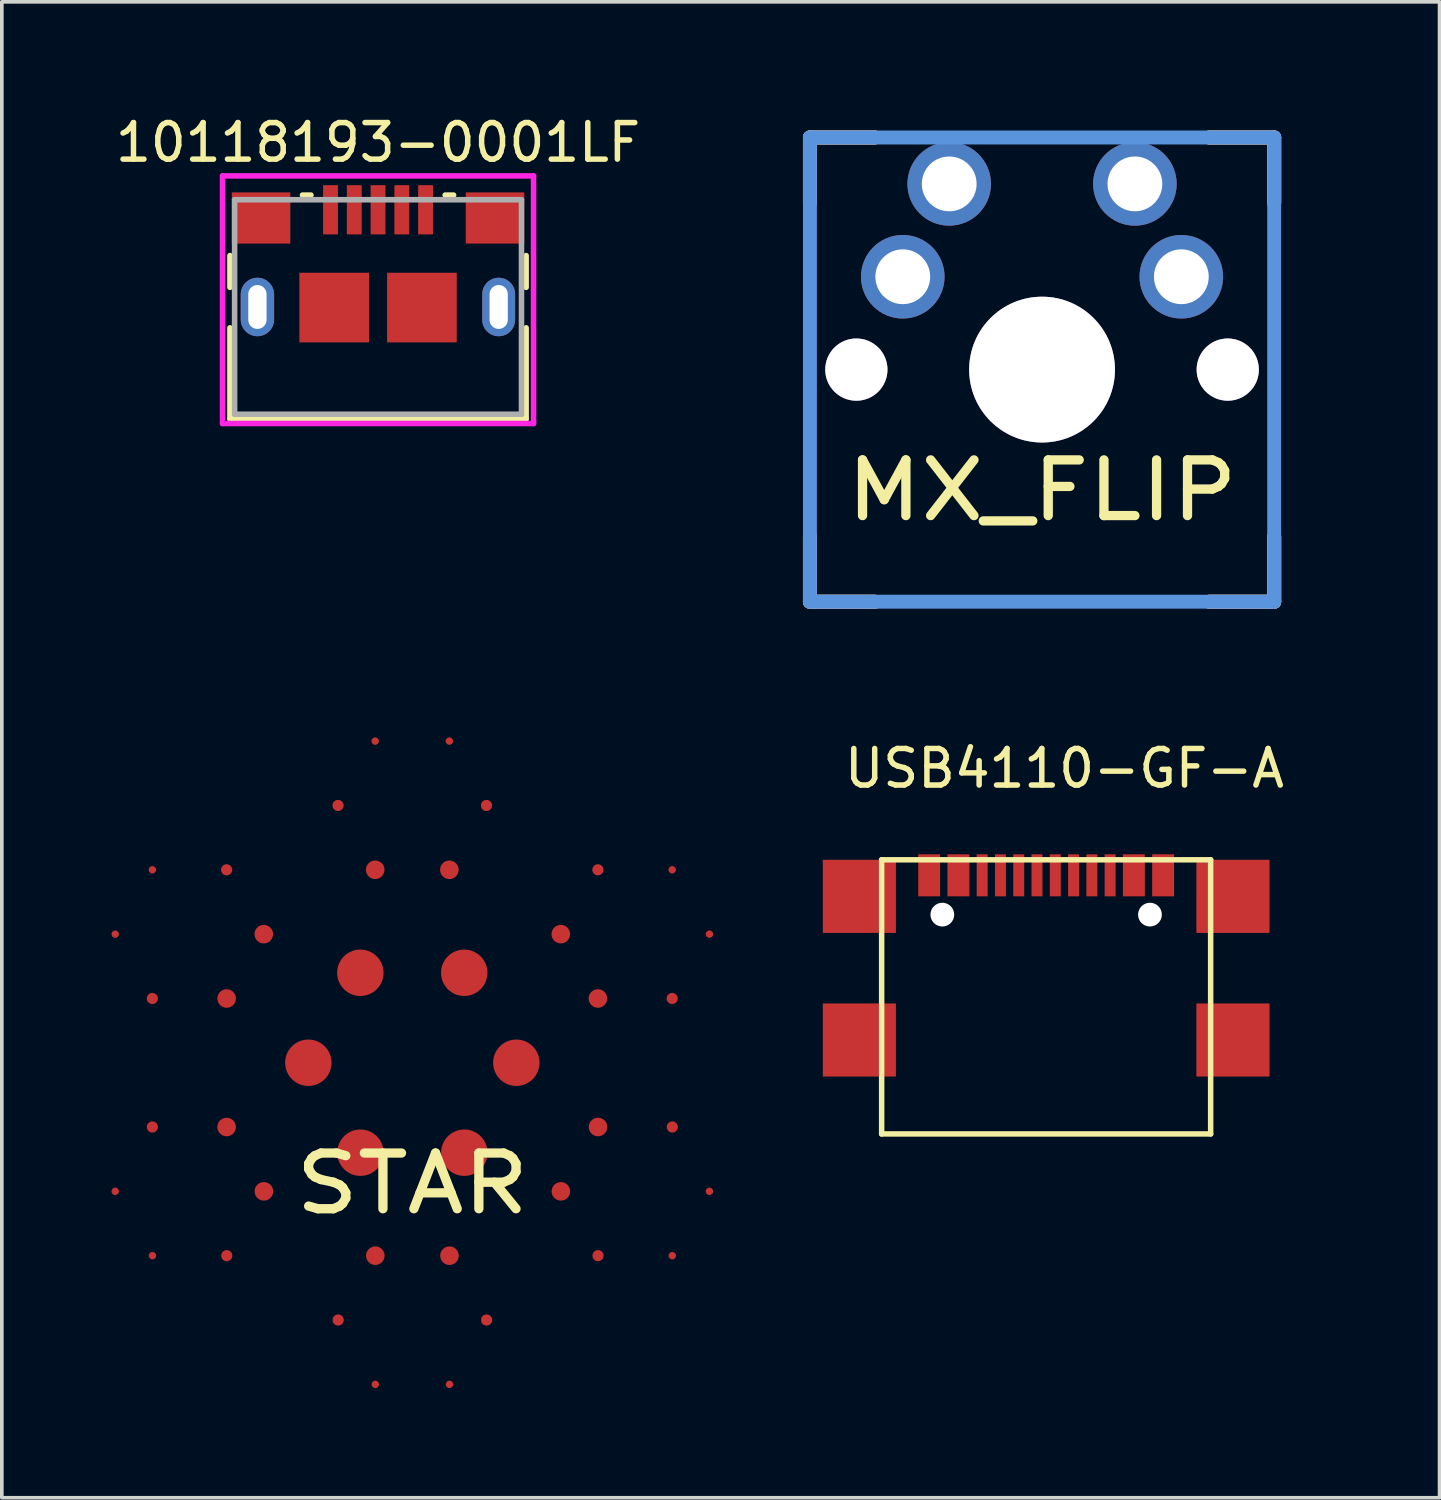
<source format=kicad_pcb>
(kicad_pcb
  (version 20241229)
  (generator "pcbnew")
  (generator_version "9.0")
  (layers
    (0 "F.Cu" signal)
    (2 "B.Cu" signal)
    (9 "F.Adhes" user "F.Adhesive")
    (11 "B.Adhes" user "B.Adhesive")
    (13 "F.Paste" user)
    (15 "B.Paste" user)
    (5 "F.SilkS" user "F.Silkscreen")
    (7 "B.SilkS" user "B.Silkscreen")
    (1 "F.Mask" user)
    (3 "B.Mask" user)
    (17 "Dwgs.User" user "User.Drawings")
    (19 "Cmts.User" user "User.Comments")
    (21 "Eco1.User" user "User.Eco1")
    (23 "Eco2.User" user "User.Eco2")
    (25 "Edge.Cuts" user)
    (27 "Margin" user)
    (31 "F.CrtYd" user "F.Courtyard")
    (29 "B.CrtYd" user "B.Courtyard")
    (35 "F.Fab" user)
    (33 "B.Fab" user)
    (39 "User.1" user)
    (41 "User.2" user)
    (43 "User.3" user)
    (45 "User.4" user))
  (footprint "10118193-0001LF"
    (layer "F.Cu")
    (at 7.292 5.348)
    (property "Reference" "10118193-0001LF" (at 0 -4.5 0) (layer "F.SilkS") (effects (font (size 1 1) (thickness 0.15))))
    (attr through_hole)
    (fp_line (start -4.051 -1.406) (end -4.051 -0.538) (stroke (width 0.152) (type solid)) (layer "F.SilkS"))
    (fp_line (start -4.051 0.571) (end -4.051 3.061) (stroke (width 0.152) (type solid)) (layer "F.SilkS"))
    (fp_line (start -4.051 3.061) (end 4.051 3.061) (stroke (width 0.152) (type solid)) (layer "F.SilkS"))
    (fp_line (start -1.836 -3.061) (end -2.067 -3.061) (stroke (width 0.152) (type solid)) (layer "F.SilkS"))
    (fp_line (start 2.067 -3.061) (end 1.836 -3.061) (stroke (width 0.152) (type solid)) (layer "F.SilkS"))
    (fp_line (start 4.051 -0.538) (end 4.051 -1.406) (stroke (width 0.152) (type solid)) (layer "F.SilkS"))
    (fp_line (start 4.051 3.061) (end 4.051 0.571) (stroke (width 0.152) (type solid)) (layer "F.SilkS"))
    (fp_line (start -4.95 1.45) (end 4.65 1.45) (stroke (width 0.12) (type solid)) (layer "Eco2.User"))
    (fp_line (start -4.254 -3.586) (end -4.254 3.188) (stroke (width 0.152) (type solid)) (layer "F.CrtYd"))
    (fp_line (start -4.254 3.188) (end 4.254 3.188) (stroke (width 0.152) (type solid)) (layer "F.CrtYd"))
    (fp_line (start 4.254 -3.586) (end -4.254 -3.586) (stroke (width 0.152) (type solid)) (layer "F.CrtYd"))
    (fp_line (start 4.254 3.188) (end 4.254 -3.586) (stroke (width 0.152) (type solid)) (layer "F.CrtYd"))
    (fp_line (start -3.924 -2.934) (end -3.924 2.934) (stroke (width 0.152) (type solid)) (layer "F.Fab"))
    (fp_line (start -3.924 2.934) (end 3.924 2.934) (stroke (width 0.152) (type solid)) (layer "F.Fab"))
    (fp_line (start 3.924 -2.934) (end -3.924 -2.934) (stroke (width 0.152) (type solid)) (layer "F.Fab"))
    (fp_line (start 3.924 2.934) (end 3.924 -2.934) (stroke (width 0.152) (type solid)) (layer "F.Fab"))
    (pad "1" smd rect (at -1.3 -2.659) (size 0.406 1.346) (layers "F.Cu" "F.Mask" "F.Paste"))
    (pad "2" smd rect (at -0.65 -2.659) (size 0.406 1.346) (layers "F.Cu" "F.Mask" "F.Paste"))
    (pad "3" smd rect (at 0 -2.659) (size 0.406 1.346) (layers "F.Cu" "F.Mask" "F.Paste"))
    (pad "4" smd rect (at 0.65 -2.659) (size 0.406 1.346) (layers "F.Cu" "F.Mask" "F.Paste"))
    (pad "5" smd rect (at 1.3 -2.659) (size 0.406 1.346) (layers "F.Cu" "F.Mask" "F.Paste"))
    (pad "6" thru_hole oval (at -3.3 0 90) (size 1.6 0.914) (drill oval 1.2 0.5) (layers "*.Cu" "*.Mask"))
    (pad "6" smd rect (at -3.2 -2.434) (size 1.6 1.4) (layers "F.Cu" "F.Mask" "F.Paste"))
    (pad "6" smd rect (at -1.2 0.016) (size 1.905 1.905) (layers "F.Cu" "F.Mask" "F.Paste"))
    (pad "6" smd rect (at 1.2 0.016) (size 1.905 1.905) (layers "F.Cu" "F.Mask" "F.Paste"))
    (pad "6" smd rect (at 3.2 -2.434) (size 1.6 1.4) (layers "F.Cu" "F.Mask" "F.Paste"))
    (pad "6" thru_hole oval (at 3.3 0 90) (size 1.6 0.9) (drill oval 1.2 0.5) (layers "*.Cu" "*.Mask")))
  (footprint "MX_FLIP"
    (layer "F.Cu")
    (at 25.457 7.061)
    (property "Reference" "MX_FLIP" (at 0 3.302 0) (layer "F.SilkS") (effects (font (size 1.524 1.778) (thickness 0.254))))
    (attr through_hole)
    (fp_line (start -6.35 -6.35) (end -4.572 -6.35) (stroke (width 0.381) (type solid)) (layer "F.SilkS"))
    (fp_line (start -6.35 -4.572) (end -6.35 -6.35) (stroke (width 0.381) (type solid)) (layer "F.SilkS"))
    (fp_line (start -6.35 6.35) (end -6.35 4.572) (stroke (width 0.381) (type solid)) (layer "F.SilkS"))
    (fp_line (start -4.572 6.35) (end -6.35 6.35) (stroke (width 0.381) (type solid)) (layer "F.SilkS"))
    (fp_line (start 4.572 -6.35) (end 6.35 -6.35) (stroke (width 0.381) (type solid)) (layer "F.SilkS"))
    (fp_line (start 6.35 -6.35) (end 6.35 -4.572) (stroke (width 0.381) (type solid)) (layer "F.SilkS"))
    (fp_line (start 6.35 4.572) (end 6.35 6.35) (stroke (width 0.381) (type solid)) (layer "F.SilkS"))
    (fp_line (start 6.35 6.35) (end 4.572 6.35) (stroke (width 0.381) (type solid)) (layer "F.SilkS"))
    (fp_line (start -6.35 -6.35) (end -4.572 -6.35) (stroke (width 0.381) (type solid)) (layer "B.SilkS"))
    (fp_line (start -6.35 -4.572) (end -6.35 -6.35) (stroke (width 0.381) (type solid)) (layer "B.SilkS"))
    (fp_line (start -6.35 6.35) (end -6.35 4.572) (stroke (width 0.381) (type solid)) (layer "B.SilkS"))
    (fp_line (start -4.572 6.35) (end -6.35 6.35) (stroke (width 0.381) (type solid)) (layer "B.SilkS"))
    (fp_line (start 4.572 -6.35) (end 6.35 -6.35) (stroke (width 0.381) (type solid)) (layer "B.SilkS"))
    (fp_line (start 6.35 -6.35) (end 6.35 -4.572) (stroke (width 0.381) (type solid)) (layer "B.SilkS"))
    (fp_line (start 6.35 4.572) (end 6.35 6.35) (stroke (width 0.381) (type solid)) (layer "B.SilkS"))
    (fp_line (start 6.35 6.35) (end 4.572 6.35) (stroke (width 0.381) (type solid)) (layer "B.SilkS"))
    (fp_line (start -6.35 -6.35) (end 6.35 -6.35) (stroke (width 0.381) (type solid)) (layer "Cmts.User"))
    (fp_line (start -6.35 6.35) (end -6.35 -6.35) (stroke (width 0.381) (type solid)) (layer "Cmts.User"))
    (fp_line (start 6.35 -6.35) (end 6.35 6.35) (stroke (width 0.381) (type solid)) (layer "Cmts.User"))
    (fp_line (start 6.35 6.35) (end -6.35 6.35) (stroke (width 0.381) (type solid)) (layer "Cmts.User"))
    (fp_line (start -7.798 -6.005) (end -6.985 -6.005) (stroke (width 0.152) (type solid)) (layer "Eco2.User"))
    (fp_line (start -7.798 -2.504) (end -7.798 -6.005) (stroke (width 0.152) (type solid)) (layer "Eco2.User"))
    (fp_line (start -7.798 2.504) (end -6.985 2.504) (stroke (width 0.152) (type solid)) (layer "Eco2.User"))
    (fp_line (start -7.798 6.005) (end -7.798 2.504) (stroke (width 0.152) (type solid)) (layer "Eco2.User"))
    (fp_line (start -6.985 -6.985) (end 6.985 -6.985) (stroke (width 0.152) (type solid)) (layer "Eco2.User"))
    (fp_line (start -6.985 -6.005) (end -6.985 -6.985) (stroke (width 0.152) (type solid)) (layer "Eco2.User"))
    (fp_line (start -6.985 -2.504) (end -7.798 -2.504) (stroke (width 0.152) (type solid)) (layer "Eco2.User"))
    (fp_line (start -6.985 2.504) (end -6.985 -2.504) (stroke (width 0.152) (type solid)) (layer "Eco2.User"))
    (fp_line (start -6.985 6.005) (end -7.798 6.005) (stroke (width 0.152) (type solid)) (layer "Eco2.User"))
    (fp_line (start -6.985 6.985) (end -6.985 6.005) (stroke (width 0.152) (type solid)) (layer "Eco2.User"))
    (fp_line (start 6.985 -6.985) (end 6.985 -6.005) (stroke (width 0.152) (type solid)) (layer "Eco2.User"))
    (fp_line (start 6.985 -6.005) (end 7.798 -6.005) (stroke (width 0.152) (type solid)) (layer "Eco2.User"))
    (fp_line (start 6.985 -2.504) (end 6.985 2.504) (stroke (width 0.152) (type solid)) (layer "Eco2.User"))
    (fp_line (start 6.985 2.504) (end 7.798 2.504) (stroke (width 0.152) (type solid)) (layer "Eco2.User"))
    (fp_line (start 6.985 6.005) (end 6.985 6.985) (stroke (width 0.152) (type solid)) (layer "Eco2.User"))
    (fp_line (start 6.985 6.985) (end -6.985 6.985) (stroke (width 0.152) (type solid)) (layer "Eco2.User"))
    (fp_line (start 7.798 -6.005) (end 7.798 -2.504) (stroke (width 0.152) (type solid)) (layer "Eco2.User"))
    (fp_line (start 7.798 -2.504) (end 6.985 -2.504) (stroke (width 0.152) (type solid)) (layer "Eco2.User"))
    (fp_line (start 7.798 2.504) (end 7.798 6.005) (stroke (width 0.152) (type solid)) (layer "Eco2.User"))
    (fp_line (start 7.798 6.005) (end 6.985 6.005) (stroke (width 0.152) (type solid)) (layer "Eco2.User"))
    (pad "0" thru_hole circle (at -5.08 0) (size 1.702 1.702) (drill 1.702) (layers "*.Cu" "*.Mask"))
    (pad "0" thru_hole circle (at 0 0) (size 3.988 3.988) (drill 3.988) (layers "*.Cu" "*.Mask"))
    (pad "0" thru_hole circle (at 5.08 0) (size 1.702 1.702) (drill 1.702) (layers "*.Cu" "*.Mask"))
    (pad "1" thru_hole circle (at 2.54 -5.08) (size 2.286 2.286) (drill 1.499) (layers "*.Cu" "*.Mask"))
    (pad "1" thru_hole circle (at 3.81 -2.54) (size 2.286 2.286) (drill 1.499) (layers "*.Cu" "*.Mask"))
    (pad "2" thru_hole circle (at -3.81 -2.54) (size 2.286 2.286) (drill 1.499) (layers "*.Cu" "*.Mask"))
    (pad "2" thru_hole circle (at -2.54 -5.08) (size 2.286 2.286) (drill 1.499) (layers "*.Cu" "*.Mask")))
  (footprint "USB4110-GF-A"
    (layer "F.Cu")
    (at 25.569 21.471)
    (property "Reference" "USB4110-GF-A" (at 0.5 -3.5 0) (layer "F.SilkS") (effects (font (size 1 1) (thickness 0.15))))
    (attr through_hole)
    (fp_line (start -4.5 -1) (end -4.5 6.5) (stroke (width 0.15) (type solid)) (layer "F.SilkS"))
    (fp_line (start -4.5 6.5) (end 4.5 6.5) (stroke (width 0.15) (type solid)) (layer "F.SilkS"))
    (fp_line (start 4.5 -1) (end -4.5 -1) (stroke (width 0.15) (type solid)) (layer "F.SilkS"))
    (fp_line (start 4.5 6.5) (end 4.5 -1) (stroke (width 0.15) (type solid)) (layer "F.SilkS"))
    (pad "" np_thru_hole circle (at -2.84 0.5) (size 0.65 0.65) (drill 0.65) (layers "*.Cu" "*.Mask"))
    (pad "" np_thru_hole circle (at 2.84 0.5) (size 0.65 0.65) (drill 0.65) (layers "*.Cu" "*.Mask"))
    (pad "A1" smd rect (at -3.2 0) (size 0.6 1.15) (drill (offset 0 -0.575)) (layers "F.Cu" "F.Mask" "F.Paste"))
    (pad "A1" smd rect (at 3.2 0) (size 0.6 1.15) (drill (offset 0 -0.575)) (layers "F.Cu" "F.Mask" "F.Paste"))
    (pad "A4" smd rect (at -2.4 0) (size 0.6 1.15) (drill (offset 0 -0.575)) (layers "F.Cu" "F.Mask" "F.Paste"))
    (pad "A4" smd rect (at 2.4 0) (size 0.6 1.15) (drill (offset 0 -0.575)) (layers "F.Cu" "F.Mask" "F.Paste"))
    (pad "A5" smd rect (at -1.25 0) (size 0.3 1.15) (drill (offset 0 -0.575)) (layers "F.Cu" "F.Mask" "F.Paste"))
    (pad "A6" smd rect (at -0.25 0) (size 0.3 1.15) (drill (offset 0 -0.575)) (layers "F.Cu" "F.Mask" "F.Paste"))
    (pad "A7" smd rect (at 0.25 0) (size 0.3 1.15) (drill (offset 0 -0.575)) (layers "F.Cu" "F.Mask" "F.Paste"))
    (pad "A8" smd rect (at 1.25 0) (size 0.3 1.15) (drill (offset 0 -0.575)) (layers "F.Cu" "F.Mask" "F.Paste"))
    (pad "B5" smd rect (at 1.75 0) (size 0.3 1.15) (drill (offset 0 -0.575)) (layers "F.Cu" "F.Mask" "F.Paste"))
    (pad "B6" smd rect (at 0.75 0) (size 0.3 1.15) (drill (offset 0 -0.575)) (layers "F.Cu" "F.Mask" "F.Paste"))
    (pad "B7" smd rect (at -0.75 0) (size 0.3 1.15) (drill (offset 0 -0.575)) (layers "F.Cu" "F.Mask" "F.Paste"))
    (pad "B8" smd rect (at -1.75 0) (size 0.3 1.15) (drill (offset 0 -0.575)) (layers "F.Cu" "F.Mask" "F.Paste"))
    (pad "S1" smd rect (at -5.11 0) (size 2 2) (layers "F.Cu" "F.Mask" "F.Paste"))
    (pad "S1" smd rect (at -5.11 3.93) (size 2 2) (layers "F.Cu" "F.Mask" "F.Paste"))
    (pad "S1" smd rect (at 5.11 0) (size 2 2) (layers "F.Cu" "F.Mask" "F.Paste"))
    (pad "S1" smd rect (at 5.11 3.93) (size 2 2) (layers "F.Cu" "F.Mask" "F.Paste")))
  (footprint "STAR"
    (layer "F.Cu")
    (at 8.23 26.023)
    (property "Reference" "STAR" (at 0 3.302 0) (layer "F.SilkS") (effects (font (size 1.524 1.778) (thickness 0.254))))
    (attr through_hole)
    (pad "0" smd circle (at -2.845 0) (size 1.27 1.27) (layers "F.Cu"))
    (pad "0" smd circle (at -1.422 -2.461) (size 1.27 1.27) (layers "F.Cu"))
    (pad "0" smd circle (at -1.42 2.461) (size 1.27 1.27) (layers "F.Cu"))
    (pad "0" smd circle (at 1.42 -2.461) (size 1.27 1.27) (layers "F.Cu"))
    (pad "0" smd circle (at 1.422 2.461) (size 1.27 1.27) (layers "F.Cu"))
    (pad "0" smd circle (at 2.845 0) (size 1.27 1.27) (layers "F.Cu"))
    (pad "1" smd circle (at -5.08 -1.758) (size 0.508 0.508) (layers "F.Cu"))
    (pad "1" smd circle (at -4.061 3.518) (size 0.508 0.508) (layers "F.Cu"))
    (pad "1" smd circle (at -1.016 -5.278) (size 0.508 0.508) (layers "F.Cu"))
    (pad "1" smd circle (at 1.016 5.278) (size 0.508 0.508) (layers "F.Cu"))
    (pad "1" smd circle (at 4.061 -3.518) (size 0.508 0.508) (layers "F.Cu"))
    (pad "1" smd circle (at 5.08 1.758) (size 0.508 0.508) (layers "F.Cu"))
    (pad "2" smd circle (at -5.08 1.758) (size 0.508 0.508) (layers "F.Cu"))
    (pad "2" smd circle (at -4.064 -3.518) (size 0.508 0.508) (layers "F.Cu"))
    (pad "2" smd circle (at -1.013 5.278) (size 0.508 0.508) (layers "F.Cu"))
    (pad "2" smd circle (at 1.013 -5.278) (size 0.508 0.508) (layers "F.Cu"))
    (pad "2" smd circle (at 4.064 3.518) (size 0.508 0.508) (layers "F.Cu"))
    (pad "2" smd circle (at 5.077 -1.758) (size 0.508 0.508) (layers "F.Cu"))
    (pad "3" smd circle (at -7.112 -1.758) (size 0.305 0.305) (layers "F.Cu"))
    (pad "3" smd circle (at -5.077 5.278) (size 0.305 0.305) (layers "F.Cu"))
    (pad "3" smd circle (at -2.032 -7.038) (size 0.305 0.305) (layers "F.Cu"))
    (pad "3" smd circle (at 2.032 7.038) (size 0.305 0.305) (layers "F.Cu"))
    (pad "3" smd circle (at 5.077 -5.278) (size 0.305 0.305) (layers "F.Cu"))
    (pad "3" smd circle (at 7.112 1.758) (size 0.305 0.305) (layers "F.Cu"))
    (pad "4" smd circle (at -7.112 1.758) (size 0.305 0.305) (layers "F.Cu"))
    (pad "4" smd circle (at -5.08 -5.278) (size 0.305 0.305) (layers "F.Cu"))
    (pad "4" smd circle (at -2.029 7.038) (size 0.305 0.305) (layers "F.Cu"))
    (pad "4" smd circle (at 2.029 -7.038) (size 0.305 0.305) (layers "F.Cu"))
    (pad "4" smd circle (at 5.08 5.278) (size 0.305 0.305) (layers "F.Cu"))
    (pad "4" smd circle (at 7.109 -1.758) (size 0.305 0.305) (layers "F.Cu"))
    (pad "5" smd circle (at -8.128 -3.518) (size 0.203 0.203) (layers "F.Cu"))
    (pad "5" smd circle (at -7.109 5.278) (size 0.203 0.203) (layers "F.Cu"))
    (pad "5" smd circle (at -1.016 -8.799) (size 0.203 0.203) (layers "F.Cu"))
    (pad "5" smd circle (at 1.016 8.799) (size 0.203 0.203) (layers "F.Cu"))
    (pad "5" smd circle (at 7.109 -5.278) (size 0.203 0.203) (layers "F.Cu"))
    (pad "5" smd circle (at 8.128 3.518) (size 0.203 0.203) (layers "F.Cu"))
    (pad "6" smd circle (at -8.128 3.518) (size 0.203 0.203) (layers "F.Cu"))
    (pad "6" smd circle (at -7.112 -5.278) (size 0.203 0.203) (layers "F.Cu"))
    (pad "6" smd circle (at -1.013 8.799) (size 0.203 0.203) (layers "F.Cu"))
    (pad "6" smd circle (at 1.013 -8.799) (size 0.203 0.203) (layers "F.Cu"))
    (pad "6" smd circle (at 7.112 5.278) (size 0.203 0.203) (layers "F.Cu"))
    (pad "6" smd circle (at 8.128 -3.518) (size 0.203 0.203) (layers "F.Cu")))
  (gr_rect
    (start -3 -3)
    (end 36.331 37.923)
    (stroke (width 0.1) (type default))
    (fill no)
    (layer "Edge.Cuts")))
</source>
